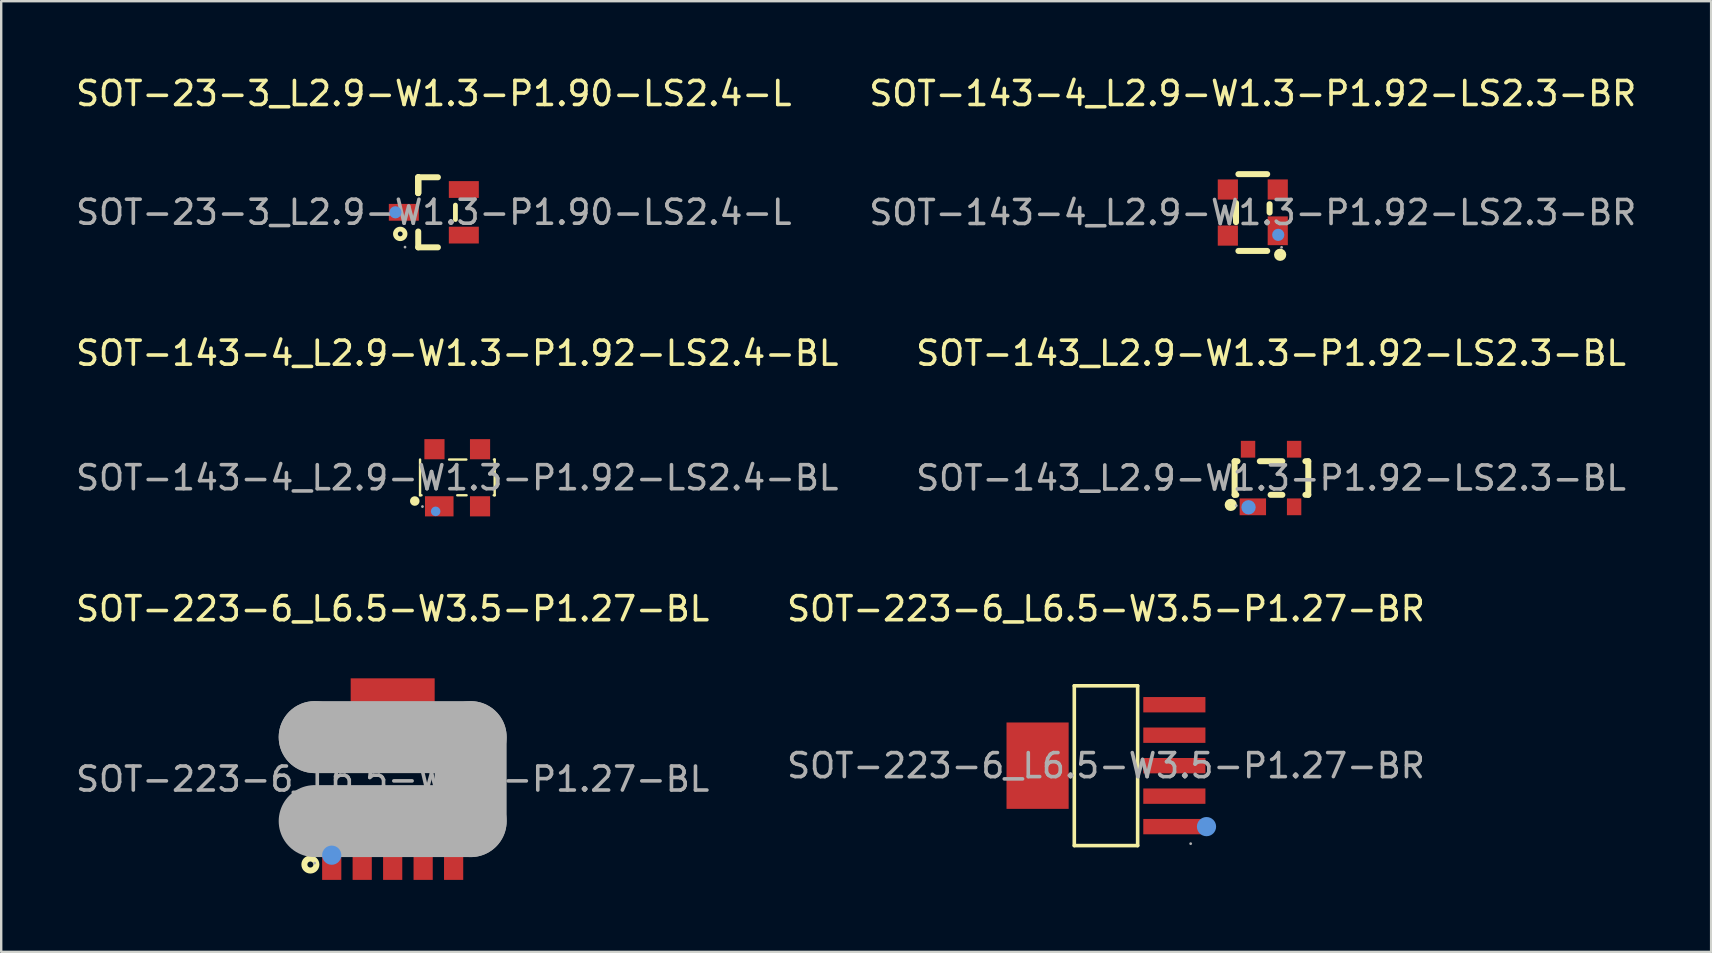
<source format=kicad_pcb>
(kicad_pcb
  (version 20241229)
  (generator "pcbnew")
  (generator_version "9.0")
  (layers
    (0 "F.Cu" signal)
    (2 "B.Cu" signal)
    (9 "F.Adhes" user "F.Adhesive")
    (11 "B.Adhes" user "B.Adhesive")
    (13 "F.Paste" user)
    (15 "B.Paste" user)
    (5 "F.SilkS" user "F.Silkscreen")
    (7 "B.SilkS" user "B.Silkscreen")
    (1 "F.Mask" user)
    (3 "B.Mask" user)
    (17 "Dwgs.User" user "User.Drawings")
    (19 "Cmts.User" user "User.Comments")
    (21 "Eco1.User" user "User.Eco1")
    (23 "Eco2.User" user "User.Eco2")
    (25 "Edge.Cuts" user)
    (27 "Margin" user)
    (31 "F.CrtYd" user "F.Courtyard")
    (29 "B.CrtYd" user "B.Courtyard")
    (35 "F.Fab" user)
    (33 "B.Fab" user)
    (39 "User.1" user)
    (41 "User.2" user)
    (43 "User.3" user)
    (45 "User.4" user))
  (footprint "SOT-143-4_L2.9-W1.3-P1.92-LS2.4-BL"
    (layer "F.Cu")
    (at 16.006 16.861)
    (property "Reference" "SOT-143-4_L2.9-W1.3-P1.92-LS2.4-BL" (at 0 -5.19 0) (layer "F.SilkS") (effects (font (size 1 1) (thickness 0.15))))
    (attr through_hole)
    (fp_line (start -1.55 0.73) (end -1.55 -0.76) (stroke (width 0.1) (type solid)) (layer "F.SilkS"))
    (fp_line (start -1.49 0.73) (end -1.55 0.73) (stroke (width 0.1) (type solid)) (layer "F.SilkS"))
    (fp_line (start -0.34 -0.76) (end 0.38 -0.76) (stroke (width 0.1) (type solid)) (layer "F.SilkS"))
    (fp_line (start 0.39 0.73) (end 0 0.73) (stroke (width 0.1) (type solid)) (layer "F.SilkS"))
    (fp_line (start 1.53 -0.76) (end 1.56 -0.76) (stroke (width 0.1) (type solid)) (layer "F.SilkS"))
    (fp_line (start 1.56 -0.76) (end 1.56 0.73) (stroke (width 0.1) (type solid)) (layer "F.SilkS"))
    (fp_line (start 1.56 0.73) (end 1.52 0.73) (stroke (width 0.1) (type solid)) (layer "F.SilkS"))
    (fp_circle (center -1.77 0.97) (end -1.67 0.97) (stroke (width 0.2) (type solid)) (fill no) (layer "F.SilkS"))
    (fp_circle (center -0.9 1.4) (end -0.8 1.4) (stroke (width 0.2) (type solid)) (fill no) (layer "Cmts.User"))
    (fp_circle (center -1.45 1.2) (end -1.42 1.2) (stroke (width 0.06) (type solid)) (fill no) (layer "F.Fab"))
    (fp_text user "${REFERENCE}" (at 0 0 0) (layer "F.Fab") (effects (font (size 1 1) (thickness 0.15))))
    (pad "1" smd rect (at -0.75 1.19) (size 1.19 0.84) (layers "F.Cu" "F.Mask" "F.Paste"))
    (pad "2" smd rect (at 0.95 1.19) (size 0.84 0.84) (layers "F.Cu" "F.Mask" "F.Paste"))
    (pad "3" smd rect (at 0.95 -1.19) (size 0.84 0.84) (layers "F.Cu" "F.Mask" "F.Paste"))
    (pad "4" smd rect (at -0.95 -1.19) (size 0.84 0.84) (layers "F.Cu" "F.Mask" "F.Paste")))
  (footprint "SOT-223-6_L6.5-W3.5-P1.27-BL"
    (layer "F.Cu")
    (at 13.315 29.42)
    (property "Reference" "SOT-223-6_L6.5-W3.5-P1.27-BL" (at 0 -7.1 0) (layer "F.SilkS") (effects (font (size 1 1) (thickness 0.15))))
    (attr through_hole)
    (fp_circle (center -3.43 3.56) (end -3.18 3.56) (stroke (width 0.25) (type solid)) (fill no) (layer "F.SilkS"))
    (fp_circle (center -2.54 3.17) (end -2.34 3.17) (stroke (width 0.4) (type solid)) (fill no) (layer "Cmts.User"))
    (fp_line (start -3.25 -1.75) (end -3.25 -1.75) (stroke (width 3) (type solid)) (layer "F.Fab"))
    (fp_line (start -3.25 -1.75) (end 3.25 -1.75) (stroke (width 3) (type solid)) (layer "F.Fab"))
    (fp_line (start 3.25 -1.75) (end 3.25 1.75) (stroke (width 3) (type solid)) (layer "F.Fab"))
    (fp_line (start 3.25 1.75) (end -3.25 1.75) (stroke (width 3) (type solid)) (layer "F.Fab"))
    (fp_circle (center -3.25 3.5) (end -3.22 3.5) (stroke (width 0.06) (type solid)) (fill no) (layer "F.Fab"))
    (fp_text user "${REFERENCE}" (at 0 0 0) (layer "F.Fab") (effects (font (size 1 1) (thickness 0.15))))
    (pad "1" smd rect (at -2.54 3.1) (size 0.8 2.2) (layers "F.Cu" "F.Mask" "F.Paste"))
    (pad "2" smd rect (at -1.27 3.1) (size 0.8 2.2) (layers "F.Cu" "F.Mask" "F.Paste"))
    (pad "3" smd rect (at 0 3.1) (size 0.8 2.2) (layers "F.Cu" "F.Mask" "F.Paste"))
    (pad "4" smd rect (at 1.27 3.1) (size 0.8 2.2) (layers "F.Cu" "F.Mask" "F.Paste"))
    (pad "5" smd rect (at 2.54 3.1) (size 0.8 2.2) (layers "F.Cu" "F.Mask" "F.Paste"))
    (pad "6" smd rect (at 0 -3.1 180) (size 3.5 2.2) (layers "F.Cu" "F.Mask" "F.Paste")))
  (footprint "SOT-23-3_L2.9-W1.3-P1.90-LS2.4-L"
    (layer "F.Cu")
    (at 15.03 5.798)
    (property "Reference" "SOT-23-3_L2.9-W1.3-P1.90-LS2.4-L" (at 0 -4.95 0) (layer "F.SilkS") (effects (font (size 1 1) (thickness 0.15))))
    (attr through_hole)
    (fp_line (start -0.65 -1.46) (end -0.65 -0.8) (stroke (width 0.25) (type solid)) (layer "F.SilkS"))
    (fp_line (start -0.65 -1.46) (end 0.17 -1.46) (stroke (width 0.25) (type solid)) (layer "F.SilkS"))
    (fp_line (start -0.65 -0.8) (end -0.65 -1.46) (stroke (width 0.25) (type solid)) (layer "F.SilkS"))
    (fp_line (start -0.65 -0.8) (end -0.65 -1.46) (stroke (width 0.25) (type solid)) (layer "F.SilkS"))
    (fp_line (start -0.65 1.46) (end -0.65 0.8) (stroke (width 0.25) (type solid)) (layer "F.SilkS"))
    (fp_line (start 0.17 1.46) (end -0.65 1.46) (stroke (width 0.25) (type solid)) (layer "F.SilkS"))
    (fp_line (start 0.9 0.3) (end 0.9 -0.3) (stroke (width 0.2) (type solid)) (layer "F.SilkS"))
    (fp_circle (center -1.4 0.9) (end -1.2 0.9) (stroke (width 0.2) (type solid)) (fill no) (layer "F.SilkS"))
    (fp_circle (center -1.6 0) (end -1.47 0) (stroke (width 0.25) (type solid)) (fill no) (layer "Cmts.User"))
    (fp_circle (center -1.2 1.45) (end -1.17 1.45) (stroke (width 0.06) (type solid)) (fill no) (layer "F.Fab"))
    (fp_text user "${REFERENCE}" (at 0 0 0) (layer "F.Fab") (effects (font (size 1 1) (thickness 0.15))))
    (pad "1" smd rect (at -1.25 0 270) (size 0.7 1.25) (layers "F.Cu" "F.Mask" "F.Paste"))
    (pad "2" smd rect (at 1.25 -0.95 270) (size 0.7 1.25) (layers "F.Cu" "F.Mask" "F.Paste"))
    (pad "3" smd rect (at 1.25 0.95 270) (size 0.7 1.25) (layers "F.Cu" "F.Mask" "F.Paste")))
  (footprint "SOT-223-6_L6.5-W3.5-P1.27-BR"
    (layer "F.Cu")
    (at 43.042 28.86)
    (property "Reference" "SOT-223-6_L6.5-W3.5-P1.27-BR" (at 0 -6.54 0) (layer "F.SilkS") (effects (font (size 1 1) (thickness 0.15))))
    (attr through_hole)
    (fp_line (start -1.32 -3.33) (end 1.32 -3.33) (stroke (width 0.15) (type solid)) (layer "F.SilkS"))
    (fp_line (start -1.32 3.33) (end -1.32 -3.33) (stroke (width 0.15) (type solid)) (layer "F.SilkS"))
    (fp_line (start 1.32 -3.33) (end 1.32 3.33) (stroke (width 0.15) (type solid)) (layer "F.SilkS"))
    (fp_line (start 1.32 3.33) (end -1.32 3.33) (stroke (width 0.15) (type solid)) (layer "F.SilkS"))
    (fp_circle (center 4.19 2.54) (end 4.39 2.54) (stroke (width 0.4) (type solid)) (fill no) (layer "Cmts.User"))
    (fp_circle (center 3.53 3.25) (end 3.56 3.25) (stroke (width 0.06) (type solid)) (fill no) (layer "F.Fab"))
    (fp_text user "${REFERENCE}" (at 0 0 0) (layer "F.Fab") (effects (font (size 1 1) (thickness 0.15))))
    (pad "1" smd rect (at 2.85 2.54) (size 2.59 0.64) (layers "F.Cu" "F.Mask" "F.Paste"))
    (pad "2" smd rect (at 2.85 1.27) (size 2.59 0.64) (layers "F.Cu" "F.Mask" "F.Paste"))
    (pad "3" smd rect (at 2.85 0) (size 2.59 0.64) (layers "F.Cu" "F.Mask" "F.Paste"))
    (pad "4" smd rect (at 2.85 -1.27) (size 2.59 0.64) (layers "F.Cu" "F.Mask" "F.Paste"))
    (pad "5" smd rect (at 2.85 -2.54) (size 2.59 0.64) (layers "F.Cu" "F.Mask" "F.Paste"))
    (pad "6" smd rect (at -2.85 0) (size 2.59 3.6) (layers "F.Cu" "F.Mask" "F.Paste")))
  (footprint "SOT-143_L2.9-W1.3-P1.92-LS2.3-BL"
    (layer "F.Cu")
    (at 49.923 16.872)
    (property "Reference" "SOT-143_L2.9-W1.3-P1.92-LS2.3-BL" (at 0 -5.2 0) (layer "F.SilkS") (effects (font (size 1 1) (thickness 0.15))))
    (attr through_hole)
    (fp_line (start -1.52 -0.7) (end -1.4 -0.7) (stroke (width 0.25) (type solid)) (layer "F.SilkS"))
    (fp_line (start -1.52 0.7) (end -1.52 -0.7) (stroke (width 0.25) (type solid)) (layer "F.SilkS"))
    (fp_line (start -1.52 0.7) (end -1.45 0.7) (stroke (width 0.25) (type solid)) (layer "F.SilkS"))
    (fp_line (start -0.47 -0.7) (end 0.47 -0.7) (stroke (width 0.25) (type solid)) (layer "F.SilkS"))
    (fp_line (start -0.02 0.7) (end 0.47 0.7) (stroke (width 0.25) (type solid)) (layer "F.SilkS"))
    (fp_line (start 1.43 -0.7) (end 1.55 -0.7) (stroke (width 0.25) (type solid)) (layer "F.SilkS"))
    (fp_line (start 1.43 0.7) (end 1.55 0.7) (stroke (width 0.25) (type solid)) (layer "F.SilkS"))
    (fp_line (start 1.55 0.7) (end 1.55 -0.7) (stroke (width 0.25) (type solid)) (layer "F.SilkS"))
    (fp_circle (center -1.68 1.12) (end -1.55 1.12) (stroke (width 0.25) (type solid)) (fill no) (layer "F.SilkS"))
    (fp_circle (center -0.94 1.22) (end -0.79 1.22) (stroke (width 0.3) (type solid)) (fill no) (layer "Cmts.User"))
    (fp_circle (center -1.45 1.15) (end -1.42 1.15) (stroke (width 0.06) (type solid)) (fill no) (layer "F.Fab"))
    (fp_text user "${REFERENCE}" (at 0 0 0) (layer "F.Fab") (effects (font (size 1 1) (thickness 0.15))))
    (pad "1" smd rect (at -0.76 1.2) (size 1.1 0.7) (layers "F.Cu" "F.Mask" "F.Paste"))
    (pad "2" smd rect (at 0.96 1.2) (size 0.6 0.7) (layers "F.Cu" "F.Mask" "F.Paste"))
    (pad "3" smd rect (at 0.96 -1.2) (size 0.6 0.7) (layers "F.Cu" "F.Mask" "F.Paste"))
    (pad "4" smd rect (at -0.96 -1.2) (size 0.6 0.7) (layers "F.Cu" "F.Mask" "F.Paste")))
  (footprint "SOT-143-4_L2.9-W1.3-P1.92-LS2.3-BR"
    (layer "F.Cu")
    (at 49.161 5.808)
    (property "Reference" "SOT-143-4_L2.9-W1.3-P1.92-LS2.3-BR" (at 0 -4.96 0) (layer "F.SilkS") (effects (font (size 1 1) (thickness 0.15))))
    (attr through_hole)
    (fp_line (start -0.7 -0.4) (end -0.7 0.4) (stroke (width 0.25) (type solid)) (layer "F.SilkS"))
    (fp_line (start -0.6 -1.6) (end 0.6 -1.6) (stroke (width 0.25) (type solid)) (layer "F.SilkS"))
    (fp_line (start 0.6 1.6) (end -0.6 1.6) (stroke (width 0.25) (type solid)) (layer "F.SilkS"))
    (fp_line (start 0.7 -0.35) (end 0.7 0) (stroke (width 0.25) (type solid)) (layer "F.SilkS"))
    (fp_circle (center 1.14 1.76) (end 1.27 1.76) (stroke (width 0.25) (type solid)) (fill no) (layer "F.SilkS"))
    (fp_circle (center 1.06 0.93) (end 1.19 0.93) (stroke (width 0.25) (type solid)) (fill no) (layer "Cmts.User"))
    (fp_circle (center 1.2 1.45) (end 1.23 1.45) (stroke (width 0.06) (type solid)) (fill no) (layer "F.Fab"))
    (fp_text user "${REFERENCE}" (at 0 0 0) (layer "F.Fab") (effects (font (size 1 1) (thickness 0.15))))
    (pad "1" smd rect (at 1.04 0.76 90) (size 1.2 0.84) (layers "F.Cu" "F.Mask" "F.Paste"))
    (pad "2" smd rect (at 1.04 -0.96 90) (size 0.84 0.84) (layers "F.Cu" "F.Mask" "F.Paste"))
    (pad "3" smd rect (at -1.04 -0.96 90) (size 0.84 0.84) (layers "F.Cu" "F.Mask" "F.Paste"))
    (pad "4" smd rect (at -1.04 0.96 90) (size 0.84 0.84) (layers "F.Cu" "F.Mask" "F.Paste")))
  (gr_rect
    (start -3 -3)
    (end 68.262 36.62)
    (stroke (width 0.1) (type default))
    (fill no)
    (layer "Edge.Cuts")))
</source>
